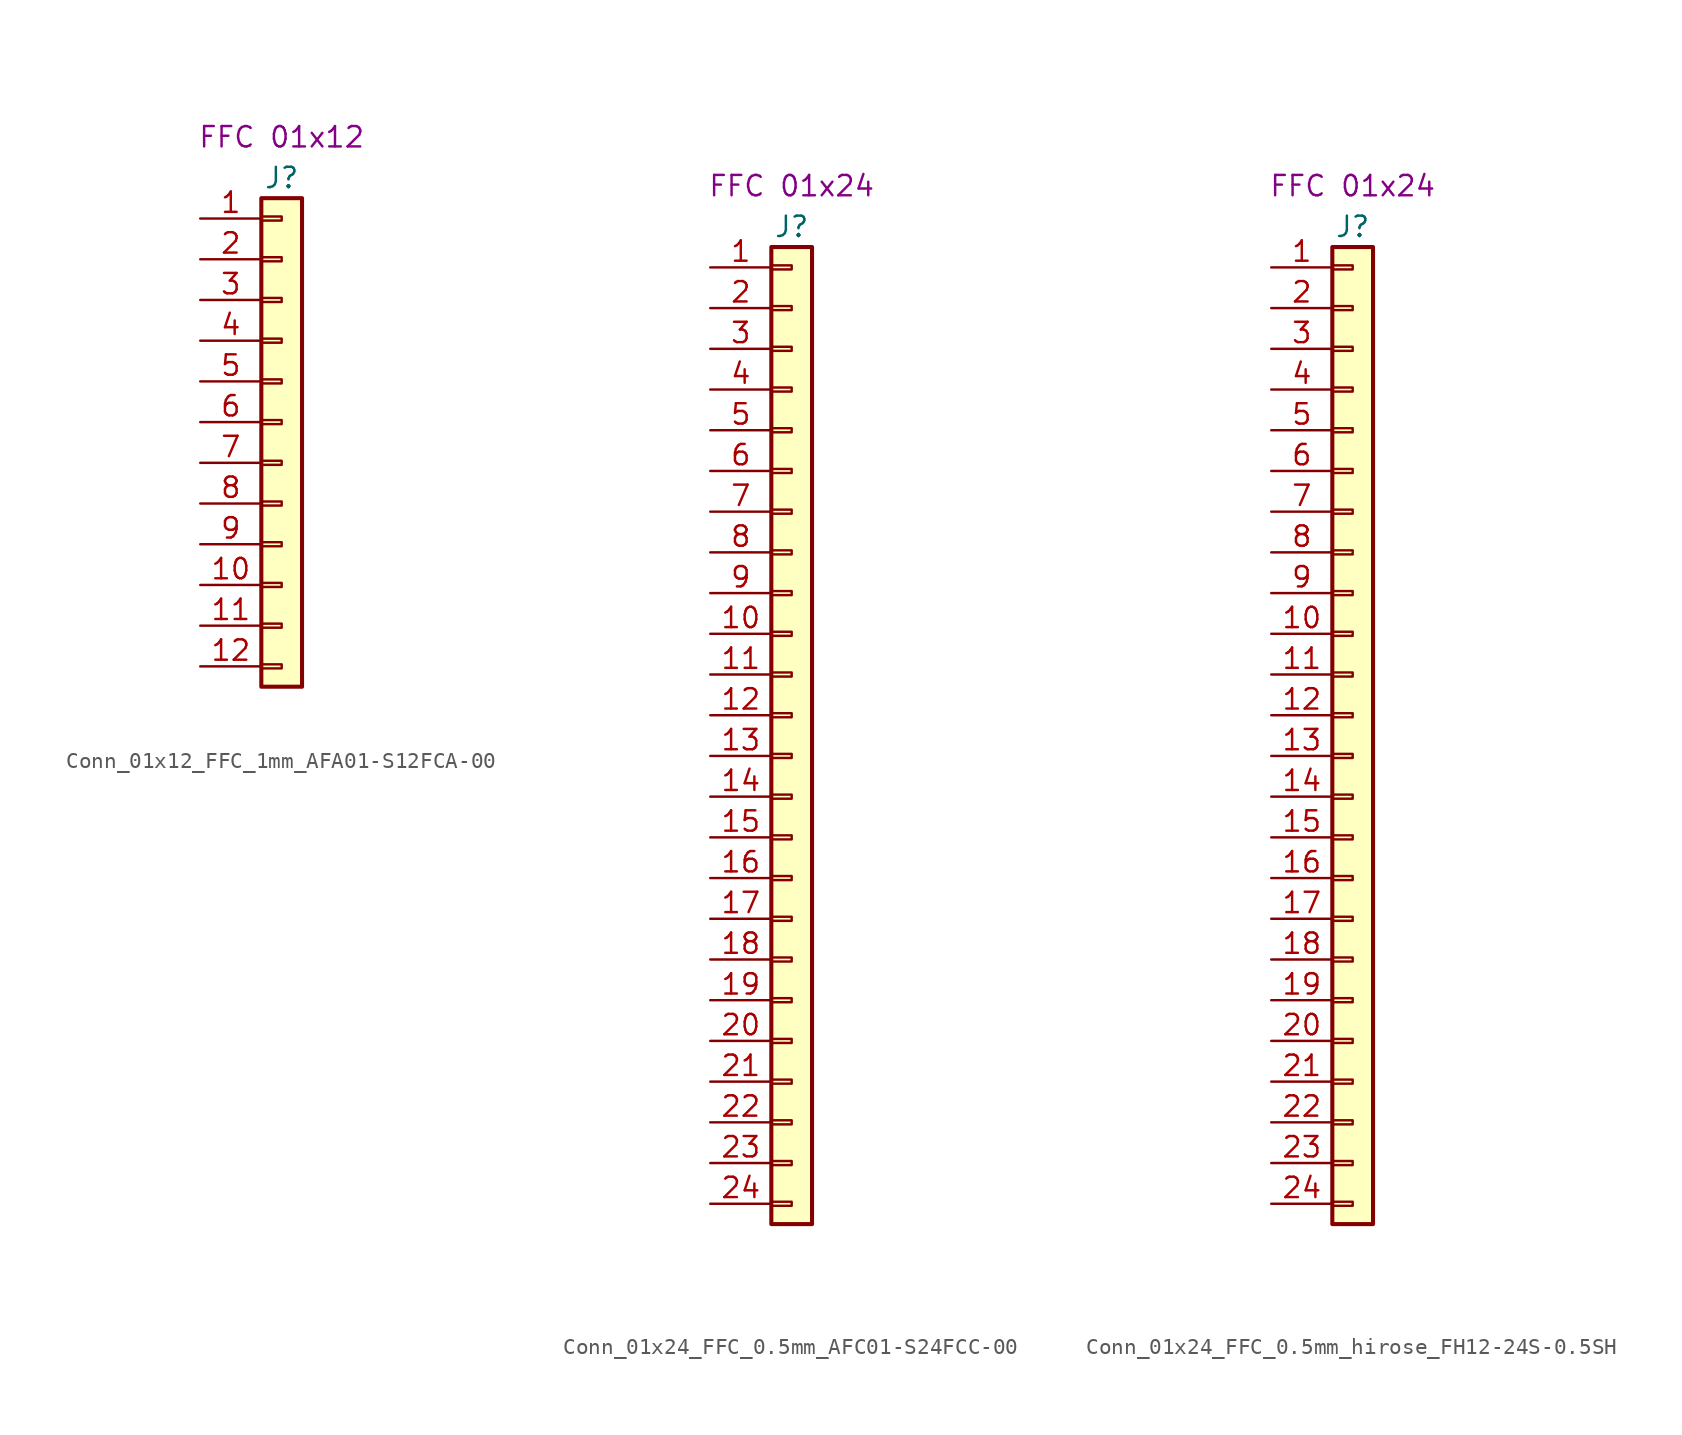
<source format=kicad_sym>
(kicad_symbol_lib
  (version 20220914)
  (generator kicad_symbol_editor)
  (symbol "Conn_01x12_FFC_1mm_AFA01-S12FCA-00"
    (pin_names
      (offset 1.016) hide)
    (property "Reference" "J"
      (at 0 16.51 0)
      (effects (font (size 1.27 1.27))))
    (property "UserValue" "FFC 01x12"
      (at 0 19.05 0)
      (effects (font (size 1.27 1.27))))
    (symbol "Conn_01x12_FFC_1mm_AFA01-S12FCA-00_1_1"
      (rectangle (start -1.27 -13.843) (end 0 -14.097) (stroke (width 0.152) (type default)) (fill (type none)))
      (rectangle (start -1.27 -11.303) (end 0 -11.557) (stroke (width 0.152) (type default)) (fill (type none)))
      (rectangle (start -1.27 -8.763) (end 0 -9.017) (stroke (width 0.152) (type default)) (fill (type none)))
      (rectangle (start -1.27 -6.223) (end 0 -6.477) (stroke (width 0.152) (type default)) (fill (type none)))
      (rectangle (start -1.27 -3.683) (end 0 -3.937) (stroke (width 0.152) (type default)) (fill (type none)))
      (rectangle (start -1.27 -1.143) (end 0 -1.397) (stroke (width 0.152) (type default)) (fill (type none)))
      (rectangle (start -1.27 1.397) (end 0 1.143) (stroke (width 0.152) (type default)) (fill (type none)))
      (rectangle (start -1.27 3.937) (end 0 3.683) (stroke (width 0.152) (type default)) (fill (type none)))
      (rectangle (start -1.27 6.477) (end 0 6.223) (stroke (width 0.152) (type default)) (fill (type none)))
      (rectangle (start -1.27 9.017) (end 0 8.763) (stroke (width 0.152) (type default)) (fill (type none)))
      (rectangle (start -1.27 11.557) (end 0 11.303) (stroke (width 0.152) (type default)) (fill (type none)))
      (rectangle (start -1.27 14.097) (end 0 13.843) (stroke (width 0.152) (type default)) (fill (type none)))
      (rectangle (start -1.27 15.24) (end 1.27 -15.24) (stroke (width 0.254) (type default)) (fill (type background)))
      (pin passive line (at -5.08 13.97 0) (length 3.81) (name "Pin_1" (effects (font (size 1.27 1.27)))) (number "1" (effects (font (size 1.27 1.27)))))
      (pin passive line (at -5.08 -8.89 0) (length 3.81) (name "Pin_10" (effects (font (size 1.27 1.27)))) (number "10" (effects (font (size 1.27 1.27)))))
      (pin passive line (at -5.08 -11.43 0) (length 3.81) (name "Pin_11" (effects (font (size 1.27 1.27)))) (number "11" (effects (font (size 1.27 1.27)))))
      (pin passive line (at -5.08 -13.97 0) (length 3.81) (name "Pin_12" (effects (font (size 1.27 1.27)))) (number "12" (effects (font (size 1.27 1.27)))))
      (pin passive line (at -5.08 11.43 0) (length 3.81) (name "Pin_2" (effects (font (size 1.27 1.27)))) (number "2" (effects (font (size 1.27 1.27)))))
      (pin passive line (at -5.08 8.89 0) (length 3.81) (name "Pin_3" (effects (font (size 1.27 1.27)))) (number "3" (effects (font (size 1.27 1.27)))))
      (pin passive line (at -5.08 6.35 0) (length 3.81) (name "Pin_4" (effects (font (size 1.27 1.27)))) (number "4" (effects (font (size 1.27 1.27)))))
      (pin passive line (at -5.08 3.81 0) (length 3.81) (name "Pin_5" (effects (font (size 1.27 1.27)))) (number "5" (effects (font (size 1.27 1.27)))))
      (pin passive line (at -5.08 1.27 0) (length 3.81) (name "Pin_6" (effects (font (size 1.27 1.27)))) (number "6" (effects (font (size 1.27 1.27)))))
      (pin passive line (at -5.08 -1.27 0) (length 3.81) (name "Pin_7" (effects (font (size 1.27 1.27)))) (number "7" (effects (font (size 1.27 1.27)))))
      (pin passive line (at -5.08 -3.81 0) (length 3.81) (name "Pin_8" (effects (font (size 1.27 1.27)))) (number "8" (effects (font (size 1.27 1.27)))))
      (pin passive line (at -5.08 -6.35 0) (length 3.81) (name "Pin_9" (effects (font (size 1.27 1.27)))) (number "9" (effects (font (size 1.27 1.27)))))))
  (symbol "Conn_01x24_FFC_0.5mm_AFC01-S24FCC-00"
    (pin_names
      (offset 1.016) hide)
    (property "Reference" "J"
      (at 0 30.48 0)
      (effects (font (size 1.27 1.27))))
    (property "UserValue" "FFC 01x24"
      (at 0 33.02 0)
      (effects (font (size 1.27 1.27))))
    (symbol "Conn_01x24_FFC_0.5mm_AFC01-S24FCC-00_1_1"
      (rectangle (start -1.27 -30.353) (end 0 -30.607) (stroke (width 0.152) (type default)) (fill (type none)))
      (rectangle (start -1.27 -27.813) (end 0 -28.067) (stroke (width 0.152) (type default)) (fill (type none)))
      (rectangle (start -1.27 -25.273) (end 0 -25.527) (stroke (width 0.152) (type default)) (fill (type none)))
      (rectangle (start -1.27 -22.733) (end 0 -22.987) (stroke (width 0.152) (type default)) (fill (type none)))
      (rectangle (start -1.27 -20.193) (end 0 -20.447) (stroke (width 0.152) (type default)) (fill (type none)))
      (rectangle (start -1.27 -17.653) (end 0 -17.907) (stroke (width 0.152) (type default)) (fill (type none)))
      (rectangle (start -1.27 -15.113) (end 0 -15.367) (stroke (width 0.152) (type default)) (fill (type none)))
      (rectangle (start -1.27 -12.573) (end 0 -12.827) (stroke (width 0.152) (type default)) (fill (type none)))
      (rectangle (start -1.27 -10.033) (end 0 -10.287) (stroke (width 0.152) (type default)) (fill (type none)))
      (rectangle (start -1.27 -7.493) (end 0 -7.747) (stroke (width 0.152) (type default)) (fill (type none)))
      (rectangle (start -1.27 -4.953) (end 0 -5.207) (stroke (width 0.152) (type default)) (fill (type none)))
      (rectangle (start -1.27 -2.413) (end 0 -2.667) (stroke (width 0.152) (type default)) (fill (type none)))
      (rectangle (start -1.27 0.127) (end 0 -0.127) (stroke (width 0.152) (type default)) (fill (type none)))
      (rectangle (start -1.27 2.667) (end 0 2.413) (stroke (width 0.152) (type default)) (fill (type none)))
      (rectangle (start -1.27 5.207) (end 0 4.953) (stroke (width 0.152) (type default)) (fill (type none)))
      (rectangle (start -1.27 7.747) (end 0 7.493) (stroke (width 0.152) (type default)) (fill (type none)))
      (rectangle (start -1.27 10.287) (end 0 10.033) (stroke (width 0.152) (type default)) (fill (type none)))
      (rectangle (start -1.27 12.827) (end 0 12.573) (stroke (width 0.152) (type default)) (fill (type none)))
      (rectangle (start -1.27 15.367) (end 0 15.113) (stroke (width 0.152) (type default)) (fill (type none)))
      (rectangle (start -1.27 17.907) (end 0 17.653) (stroke (width 0.152) (type default)) (fill (type none)))
      (rectangle (start -1.27 20.447) (end 0 20.193) (stroke (width 0.152) (type default)) (fill (type none)))
      (rectangle (start -1.27 22.987) (end 0 22.733) (stroke (width 0.152) (type default)) (fill (type none)))
      (rectangle (start -1.27 25.527) (end 0 25.273) (stroke (width 0.152) (type default)) (fill (type none)))
      (rectangle (start -1.27 28.067) (end 0 27.813) (stroke (width 0.152) (type default)) (fill (type none)))
      (rectangle (start -1.27 29.21) (end 1.27 -31.75) (stroke (width 0.254) (type default)) (fill (type background)))
      (pin passive line (at -5.08 27.94 0) (length 3.81) (name "Pin_1" (effects (font (size 1.27 1.27)))) (number "1" (effects (font (size 1.27 1.27)))))
      (pin passive line (at -5.08 5.08 0) (length 3.81) (name "Pin_10" (effects (font (size 1.27 1.27)))) (number "10" (effects (font (size 1.27 1.27)))))
      (pin passive line (at -5.08 2.54 0) (length 3.81) (name "Pin_11" (effects (font (size 1.27 1.27)))) (number "11" (effects (font (size 1.27 1.27)))))
      (pin passive line (at -5.08 0 0) (length 3.81) (name "Pin_12" (effects (font (size 1.27 1.27)))) (number "12" (effects (font (size 1.27 1.27)))))
      (pin passive line (at -5.08 -2.54 0) (length 3.81) (name "Pin_13" (effects (font (size 1.27 1.27)))) (number "13" (effects (font (size 1.27 1.27)))))
      (pin passive line (at -5.08 -5.08 0) (length 3.81) (name "Pin_14" (effects (font (size 1.27 1.27)))) (number "14" (effects (font (size 1.27 1.27)))))
      (pin passive line (at -5.08 -7.62 0) (length 3.81) (name "Pin_15" (effects (font (size 1.27 1.27)))) (number "15" (effects (font (size 1.27 1.27)))))
      (pin passive line (at -5.08 -10.16 0) (length 3.81) (name "Pin_16" (effects (font (size 1.27 1.27)))) (number "16" (effects (font (size 1.27 1.27)))))
      (pin passive line (at -5.08 -12.7 0) (length 3.81) (name "Pin_17" (effects (font (size 1.27 1.27)))) (number "17" (effects (font (size 1.27 1.27)))))
      (pin passive line (at -5.08 -15.24 0) (length 3.81) (name "Pin_18" (effects (font (size 1.27 1.27)))) (number "18" (effects (font (size 1.27 1.27)))))
      (pin passive line (at -5.08 -17.78 0) (length 3.81) (name "Pin_19" (effects (font (size 1.27 1.27)))) (number "19" (effects (font (size 1.27 1.27)))))
      (pin passive line (at -5.08 25.4 0) (length 3.81) (name "Pin_2" (effects (font (size 1.27 1.27)))) (number "2" (effects (font (size 1.27 1.27)))))
      (pin passive line (at -5.08 -20.32 0) (length 3.81) (name "Pin_20" (effects (font (size 1.27 1.27)))) (number "20" (effects (font (size 1.27 1.27)))))
      (pin passive line (at -5.08 -22.86 0) (length 3.81) (name "Pin_21" (effects (font (size 1.27 1.27)))) (number "21" (effects (font (size 1.27 1.27)))))
      (pin passive line (at -5.08 -25.4 0) (length 3.81) (name "Pin_22" (effects (font (size 1.27 1.27)))) (number "22" (effects (font (size 1.27 1.27)))))
      (pin passive line (at -5.08 -27.94 0) (length 3.81) (name "Pin_23" (effects (font (size 1.27 1.27)))) (number "23" (effects (font (size 1.27 1.27)))))
      (pin passive line (at -5.08 -30.48 0) (length 3.81) (name "Pin_24" (effects (font (size 1.27 1.27)))) (number "24" (effects (font (size 1.27 1.27)))))
      (pin passive line (at -5.08 22.86 0) (length 3.81) (name "Pin_3" (effects (font (size 1.27 1.27)))) (number "3" (effects (font (size 1.27 1.27)))))
      (pin passive line (at -5.08 20.32 0) (length 3.81) (name "Pin_4" (effects (font (size 1.27 1.27)))) (number "4" (effects (font (size 1.27 1.27)))))
      (pin passive line (at -5.08 17.78 0) (length 3.81) (name "Pin_5" (effects (font (size 1.27 1.27)))) (number "5" (effects (font (size 1.27 1.27)))))
      (pin passive line (at -5.08 15.24 0) (length 3.81) (name "Pin_6" (effects (font (size 1.27 1.27)))) (number "6" (effects (font (size 1.27 1.27)))))
      (pin passive line (at -5.08 12.7 0) (length 3.81) (name "Pin_7" (effects (font (size 1.27 1.27)))) (number "7" (effects (font (size 1.27 1.27)))))
      (pin passive line (at -5.08 10.16 0) (length 3.81) (name "Pin_8" (effects (font (size 1.27 1.27)))) (number "8" (effects (font (size 1.27 1.27)))))
      (pin passive line (at -5.08 7.62 0) (length 3.81) (name "Pin_9" (effects (font (size 1.27 1.27)))) (number "9" (effects (font (size 1.27 1.27)))))))
  (symbol "Conn_01x24_FFC_0.5mm_hirose_FH12-24S-0.5SH"
    (pin_names
      (offset 1.016) hide)
    (property "Reference" "J"
      (at 0 30.48 0)
      (effects (font (size 1.27 1.27))))
    (property "UserValue" "FFC 01x24"
      (at 0 33.02 0)
      (effects (font (size 1.27 1.27))))
    (symbol "Conn_01x24_FFC_0.5mm_hirose_FH12-24S-0.5SH_1_1"
      (rectangle (start -1.27 -30.353) (end 0 -30.607) (stroke (width 0.152) (type default)) (fill (type none)))
      (rectangle (start -1.27 -27.813) (end 0 -28.067) (stroke (width 0.152) (type default)) (fill (type none)))
      (rectangle (start -1.27 -25.273) (end 0 -25.527) (stroke (width 0.152) (type default)) (fill (type none)))
      (rectangle (start -1.27 -22.733) (end 0 -22.987) (stroke (width 0.152) (type default)) (fill (type none)))
      (rectangle (start -1.27 -20.193) (end 0 -20.447) (stroke (width 0.152) (type default)) (fill (type none)))
      (rectangle (start -1.27 -17.653) (end 0 -17.907) (stroke (width 0.152) (type default)) (fill (type none)))
      (rectangle (start -1.27 -15.113) (end 0 -15.367) (stroke (width 0.152) (type default)) (fill (type none)))
      (rectangle (start -1.27 -12.573) (end 0 -12.827) (stroke (width 0.152) (type default)) (fill (type none)))
      (rectangle (start -1.27 -10.033) (end 0 -10.287) (stroke (width 0.152) (type default)) (fill (type none)))
      (rectangle (start -1.27 -7.493) (end 0 -7.747) (stroke (width 0.152) (type default)) (fill (type none)))
      (rectangle (start -1.27 -4.953) (end 0 -5.207) (stroke (width 0.152) (type default)) (fill (type none)))
      (rectangle (start -1.27 -2.413) (end 0 -2.667) (stroke (width 0.152) (type default)) (fill (type none)))
      (rectangle (start -1.27 0.127) (end 0 -0.127) (stroke (width 0.152) (type default)) (fill (type none)))
      (rectangle (start -1.27 2.667) (end 0 2.413) (stroke (width 0.152) (type default)) (fill (type none)))
      (rectangle (start -1.27 5.207) (end 0 4.953) (stroke (width 0.152) (type default)) (fill (type none)))
      (rectangle (start -1.27 7.747) (end 0 7.493) (stroke (width 0.152) (type default)) (fill (type none)))
      (rectangle (start -1.27 10.287) (end 0 10.033) (stroke (width 0.152) (type default)) (fill (type none)))
      (rectangle (start -1.27 12.827) (end 0 12.573) (stroke (width 0.152) (type default)) (fill (type none)))
      (rectangle (start -1.27 15.367) (end 0 15.113) (stroke (width 0.152) (type default)) (fill (type none)))
      (rectangle (start -1.27 17.907) (end 0 17.653) (stroke (width 0.152) (type default)) (fill (type none)))
      (rectangle (start -1.27 20.447) (end 0 20.193) (stroke (width 0.152) (type default)) (fill (type none)))
      (rectangle (start -1.27 22.987) (end 0 22.733) (stroke (width 0.152) (type default)) (fill (type none)))
      (rectangle (start -1.27 25.527) (end 0 25.273) (stroke (width 0.152) (type default)) (fill (type none)))
      (rectangle (start -1.27 28.067) (end 0 27.813) (stroke (width 0.152) (type default)) (fill (type none)))
      (rectangle (start -1.27 29.21) (end 1.27 -31.75) (stroke (width 0.254) (type default)) (fill (type background)))
      (pin passive line (at -5.08 27.94 0) (length 3.81) (name "Pin_1" (effects (font (size 1.27 1.27)))) (number "1" (effects (font (size 1.27 1.27)))))
      (pin passive line (at -5.08 5.08 0) (length 3.81) (name "Pin_10" (effects (font (size 1.27 1.27)))) (number "10" (effects (font (size 1.27 1.27)))))
      (pin passive line (at -5.08 2.54 0) (length 3.81) (name "Pin_11" (effects (font (size 1.27 1.27)))) (number "11" (effects (font (size 1.27 1.27)))))
      (pin passive line (at -5.08 0 0) (length 3.81) (name "Pin_12" (effects (font (size 1.27 1.27)))) (number "12" (effects (font (size 1.27 1.27)))))
      (pin passive line (at -5.08 -2.54 0) (length 3.81) (name "Pin_13" (effects (font (size 1.27 1.27)))) (number "13" (effects (font (size 1.27 1.27)))))
      (pin passive line (at -5.08 -5.08 0) (length 3.81) (name "Pin_14" (effects (font (size 1.27 1.27)))) (number "14" (effects (font (size 1.27 1.27)))))
      (pin passive line (at -5.08 -7.62 0) (length 3.81) (name "Pin_15" (effects (font (size 1.27 1.27)))) (number "15" (effects (font (size 1.27 1.27)))))
      (pin passive line (at -5.08 -10.16 0) (length 3.81) (name "Pin_16" (effects (font (size 1.27 1.27)))) (number "16" (effects (font (size 1.27 1.27)))))
      (pin passive line (at -5.08 -12.7 0) (length 3.81) (name "Pin_17" (effects (font (size 1.27 1.27)))) (number "17" (effects (font (size 1.27 1.27)))))
      (pin passive line (at -5.08 -15.24 0) (length 3.81) (name "Pin_18" (effects (font (size 1.27 1.27)))) (number "18" (effects (font (size 1.27 1.27)))))
      (pin passive line (at -5.08 -17.78 0) (length 3.81) (name "Pin_19" (effects (font (size 1.27 1.27)))) (number "19" (effects (font (size 1.27 1.27)))))
      (pin passive line (at -5.08 25.4 0) (length 3.81) (name "Pin_2" (effects (font (size 1.27 1.27)))) (number "2" (effects (font (size 1.27 1.27)))))
      (pin passive line (at -5.08 -20.32 0) (length 3.81) (name "Pin_20" (effects (font (size 1.27 1.27)))) (number "20" (effects (font (size 1.27 1.27)))))
      (pin passive line (at -5.08 -22.86 0) (length 3.81) (name "Pin_21" (effects (font (size 1.27 1.27)))) (number "21" (effects (font (size 1.27 1.27)))))
      (pin passive line (at -5.08 -25.4 0) (length 3.81) (name "Pin_22" (effects (font (size 1.27 1.27)))) (number "22" (effects (font (size 1.27 1.27)))))
      (pin passive line (at -5.08 -27.94 0) (length 3.81) (name "Pin_23" (effects (font (size 1.27 1.27)))) (number "23" (effects (font (size 1.27 1.27)))))
      (pin passive line (at -5.08 -30.48 0) (length 3.81) (name "Pin_24" (effects (font (size 1.27 1.27)))) (number "24" (effects (font (size 1.27 1.27)))))
      (pin passive line (at -5.08 22.86 0) (length 3.81) (name "Pin_3" (effects (font (size 1.27 1.27)))) (number "3" (effects (font (size 1.27 1.27)))))
      (pin passive line (at -5.08 20.32 0) (length 3.81) (name "Pin_4" (effects (font (size 1.27 1.27)))) (number "4" (effects (font (size 1.27 1.27)))))
      (pin passive line (at -5.08 17.78 0) (length 3.81) (name "Pin_5" (effects (font (size 1.27 1.27)))) (number "5" (effects (font (size 1.27 1.27)))))
      (pin passive line (at -5.08 15.24 0) (length 3.81) (name "Pin_6" (effects (font (size 1.27 1.27)))) (number "6" (effects (font (size 1.27 1.27)))))
      (pin passive line (at -5.08 12.7 0) (length 3.81) (name "Pin_7" (effects (font (size 1.27 1.27)))) (number "7" (effects (font (size 1.27 1.27)))))
      (pin passive line (at -5.08 10.16 0) (length 3.81) (name "Pin_8" (effects (font (size 1.27 1.27)))) (number "8" (effects (font (size 1.27 1.27)))))
      (pin passive line (at -5.08 7.62 0) (length 3.81) (name "Pin_9" (effects (font (size 1.27 1.27)))) (number "9" (effects (font (size 1.27 1.27))))))))
</source>
